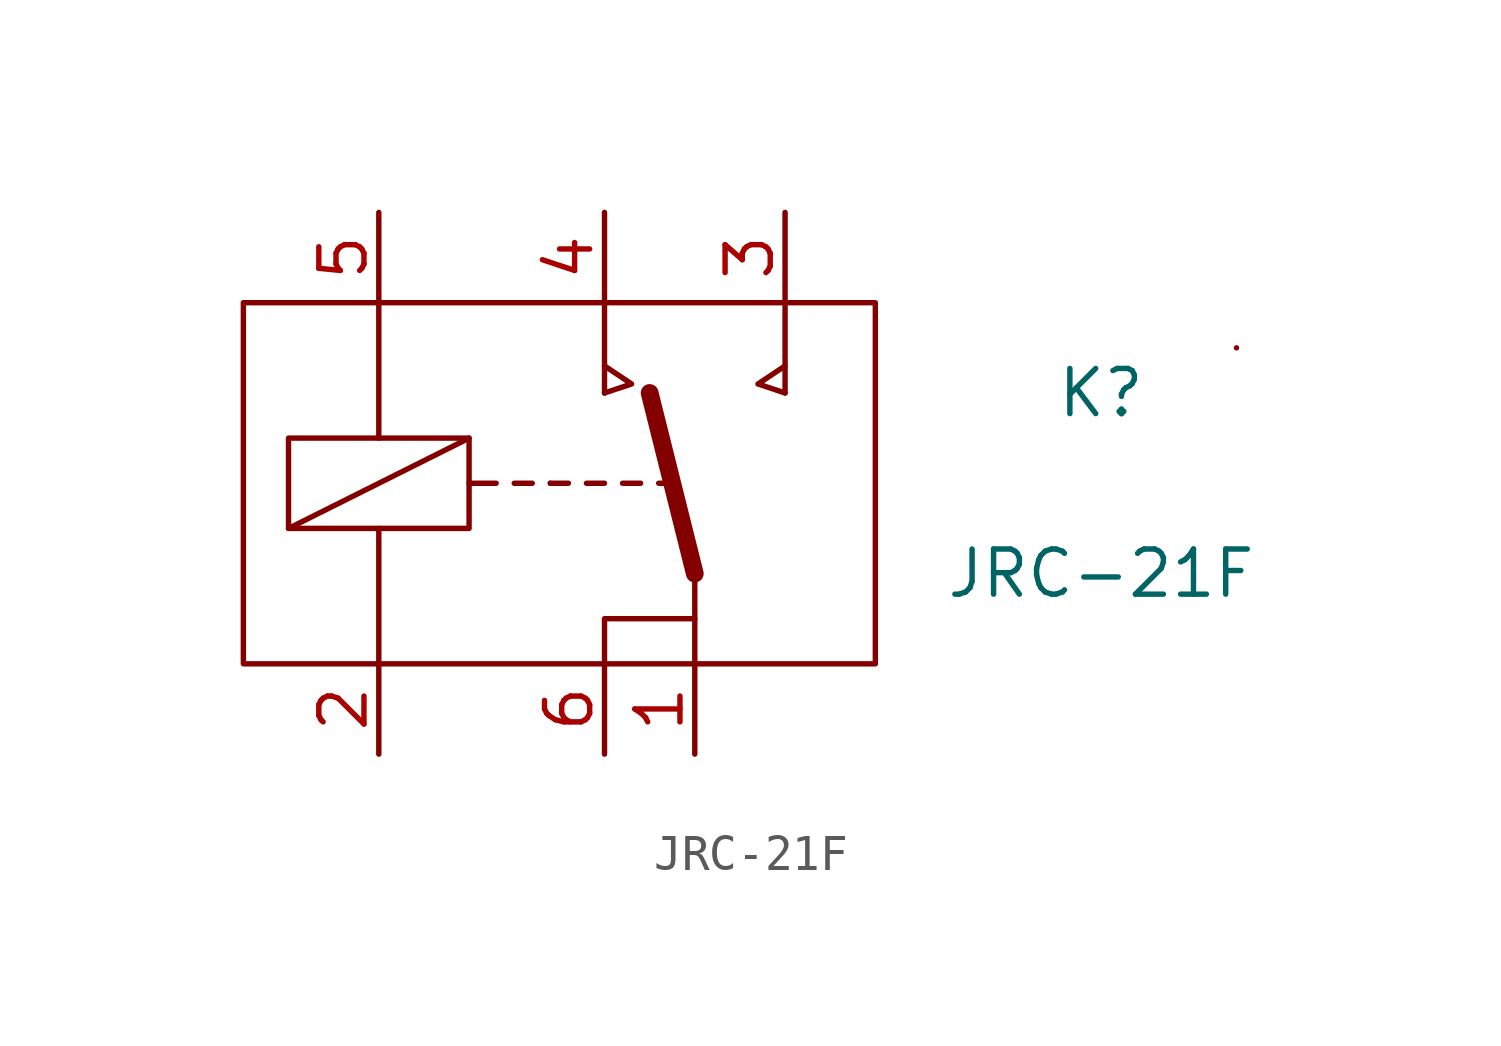
<source format=kicad_sym>
(kicad_symbol_lib
  (version 20211014)
  (generator kicad_symbol_editor)
  (symbol "JRC-21F"
    (property "Reference" "K"
      (at 17.78 2.54 0)
      (effects (font (size 1.27 1.27))))
    (property "Value" "JRC-21F"
      (at 17.78 -2.54 0)
      (effects (font (size 1.27 1.27))))
    (symbol "JRC-21F_0_1"
      (rectangle (start -6.35 5.08) (end 11.43 -5.08) (stroke (width 0) (type default) (color 0 0 0 0)) (fill (type none)))
      (rectangle (start -5.08 -1.27) (end 0 1.27) (stroke (width 0) (type default) (color 0 0 0 0)) (fill (type none)))
      (polyline (pts (xy -5.08 -1.27) (xy 0 1.27)) (stroke (width 0) (type default) (color 0 0 0 0)) (fill (type none)))
      (polyline (pts (xy -2.54 -5.08) (xy -2.54 -1.27)) (stroke (width 0) (type default) (color 0 0 0 0)) (fill (type none)))
      (polyline (pts (xy -2.54 5.08) (xy -2.54 1.27)) (stroke (width 0) (type default) (color 0 0 0 0)) (fill (type none)))
      (polyline (pts (xy 1.27 0) (xy 1.778 0)) (stroke (width 0) (type default) (color 0 0 0 0)) (fill (type none)))
      (polyline (pts (xy 2.286 0) (xy 2.286 0)) (stroke (width 0) (type default) (color 0 0 0 0)) (fill (type none)))
      (polyline (pts (xy 2.286 0) (xy 2.794 0)) (stroke (width 0) (type default) (color 0 0 0 0)) (fill (type none)))
      (polyline (pts (xy 3.302 0) (xy 3.81 0)) (stroke (width 0) (type default) (color 0 0 0 0)) (fill (type none)))
      (polyline (pts (xy 3.81 5.08) (xy 3.81 2.54)) (stroke (width 0) (type default) (color 0 0 0 0)) (fill (type none)))
      (polyline (pts (xy 4.318 0) (xy 4.826 0)) (stroke (width 0) (type default) (color 0 0 0 0)) (fill (type none)))
      (polyline (pts (xy 5.334 0) (xy 5.588 0)) (stroke (width 0) (type default) (color 0 0 0 0)) (fill (type none)))
      (polyline (pts (xy 6.35 -5.08) (xy 6.35 -2.54)) (stroke (width 0) (type default) (color 0 0 0 0)) (fill (type none)))
      (polyline (pts (xy 6.35 -2.54) (xy 5.08 2.54)) (stroke (width 0.5) (type default) (color 0 0 0 0)) (fill (type none)))
      (polyline (pts (xy 8.89 5.08) (xy 8.89 2.54)) (stroke (width 0) (type default) (color 0 0 0 0)) (fill (type none)))
      (polyline (pts (xy 0 0) (xy 0.508 0) (xy 0.762 0)) (stroke (width 0) (type default) (color 0 0 0 0)) (fill (type none)))
      (polyline (pts (xy 3.81 -5.08) (xy 3.81 -3.81) (xy 6.35 -3.81)) (stroke (width 0) (type default) (color 0 0 0 0)) (fill (type none)))
      (polyline (pts (xy 3.81 2.54) (xy 4.572 2.794) (xy 3.81 3.302)) (stroke (width 0) (type default) (color 0 0 0 0)) (fill (type none)))
      (polyline (pts (xy 8.89 2.54) (xy 8.128 2.794) (xy 8.89 3.302)) (stroke (width 0) (type default) (color 0 0 0 0)) (fill (type none)))
      (rectangle (start 21.59 3.81) (end 21.59 3.81) (stroke (width 0) (type default) (color 0 0 0 0)) (fill (type none))))
    (symbol "JRC-21F_1_1"
      (pin input line (at 6.35 -7.62 90) (length 2.54) (name "" (effects (font (size 1.27 1.27)))) (number "1" (effects (font (size 1.27 1.27)))))
      (pin input line (at -2.54 -7.62 90) (length 2.54) (name "" (effects (font (size 1.27 1.27)))) (number "2" (effects (font (size 1.27 1.27)))))
      (pin input line (at 8.89 7.62 270) (length 2.54) (name "" (effects (font (size 1.27 1.27)))) (number "3" (effects (font (size 1.27 1.27)))))
      (pin input line (at 3.81 7.62 270) (length 2.54) (name "" (effects (font (size 1.27 1.27)))) (number "4" (effects (font (size 1.27 1.27)))))
      (pin input line (at -2.54 7.62 270) (length 2.54) (name "" (effects (font (size 1.27 1.27)))) (number "5" (effects (font (size 1.27 1.27)))))
      (pin input line (at 3.81 -7.62 90) (length 2.54) (name "" (effects (font (size 1.27 1.27)))) (number "6" (effects (font (size 1.27 1.27))))))))
</source>
